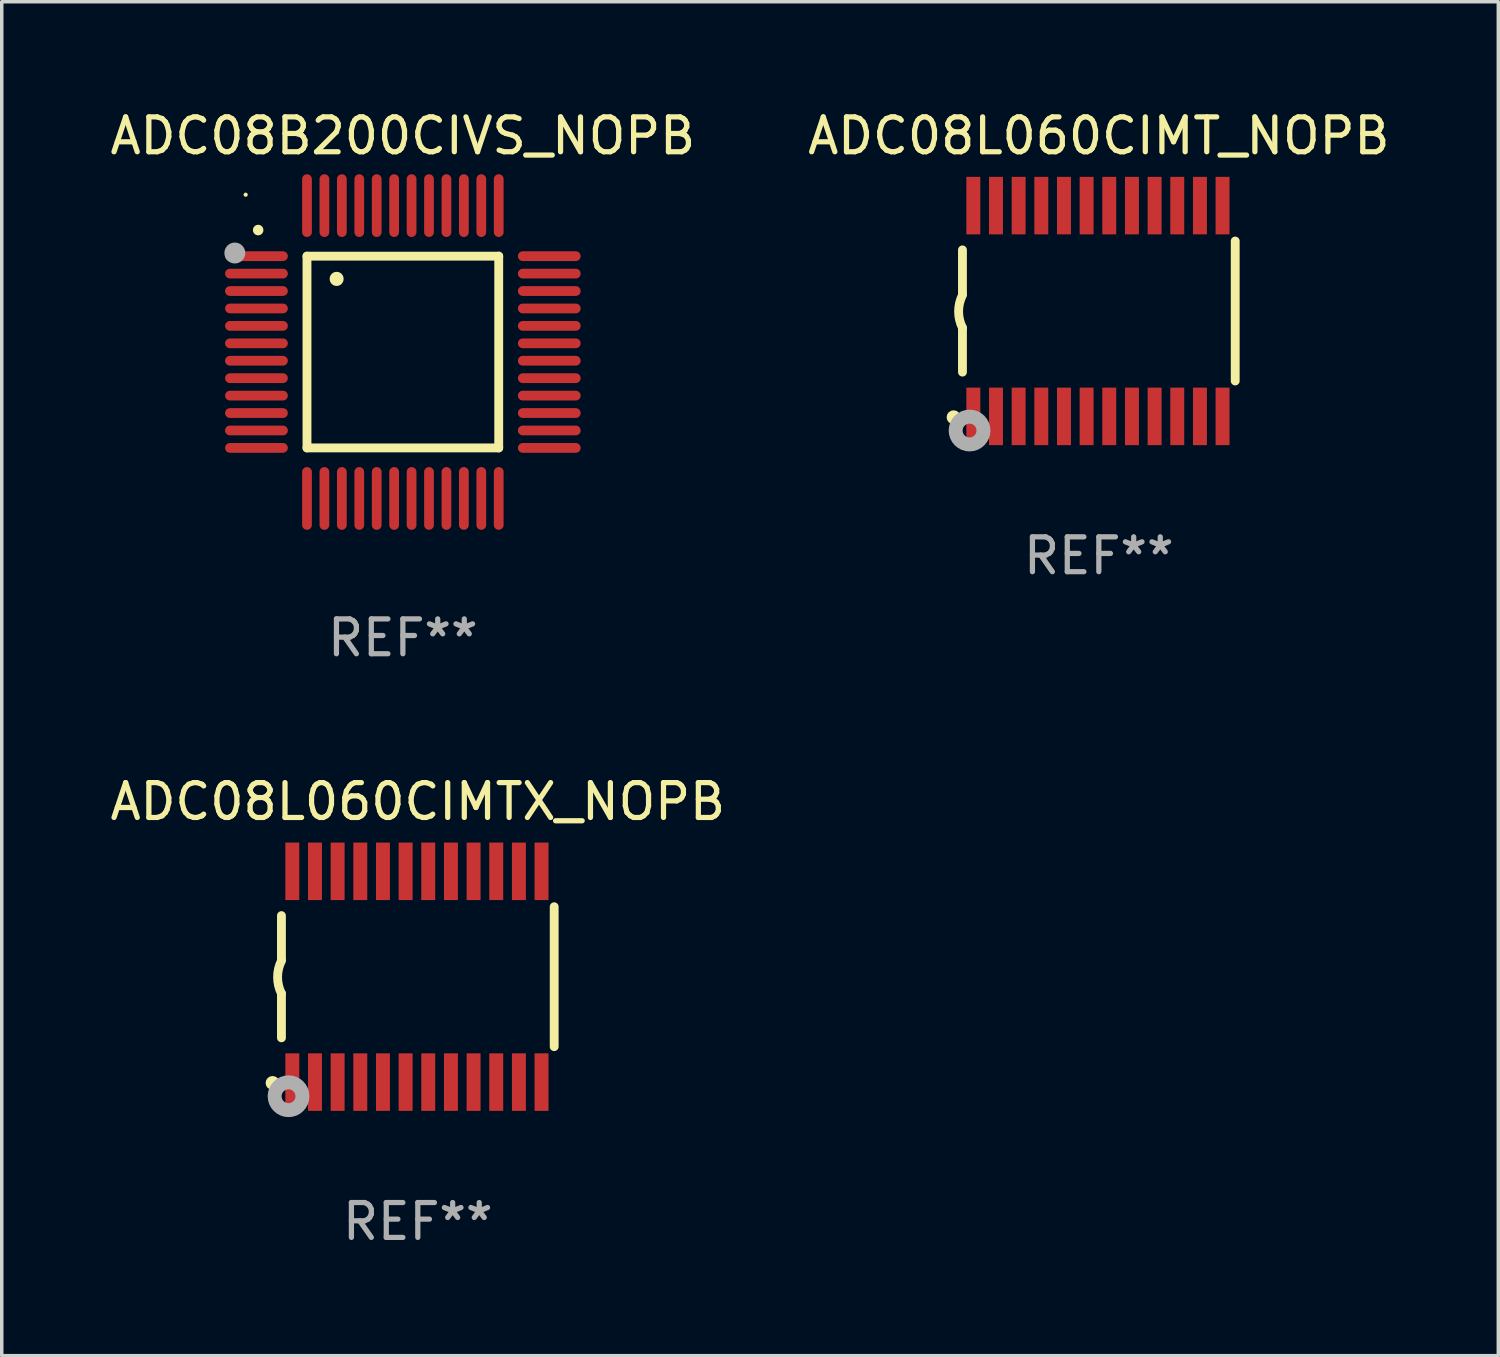
<source format=kicad_pcb>
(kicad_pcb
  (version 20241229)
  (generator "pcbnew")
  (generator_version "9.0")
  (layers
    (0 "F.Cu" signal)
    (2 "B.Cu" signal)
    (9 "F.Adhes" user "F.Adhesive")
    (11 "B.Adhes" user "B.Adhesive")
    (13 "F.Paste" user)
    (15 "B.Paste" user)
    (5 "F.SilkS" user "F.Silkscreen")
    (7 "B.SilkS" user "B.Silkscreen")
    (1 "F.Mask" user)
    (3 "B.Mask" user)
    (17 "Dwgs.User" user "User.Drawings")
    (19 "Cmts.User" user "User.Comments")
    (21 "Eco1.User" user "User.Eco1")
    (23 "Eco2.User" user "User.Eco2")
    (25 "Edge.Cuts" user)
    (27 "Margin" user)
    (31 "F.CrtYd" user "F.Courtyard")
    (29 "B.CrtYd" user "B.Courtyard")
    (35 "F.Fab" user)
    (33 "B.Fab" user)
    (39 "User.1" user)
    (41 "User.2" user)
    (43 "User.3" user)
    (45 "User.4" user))
  (footprint "ADC08L060CIMT_NOPB"
    (layer "F.Cu")
    (at 28.47 5.871)
    (property "Reference" "ADC08L060CIMT_NOPB" (at 0 -5.023 0) (layer "F.SilkS") (effects (font (size 1 1) (thickness 0.15))))
    (attr through_hole)
    (fp_line (start -3.912 -0.483) (end -3.912 -1.753) (stroke (width 0.254) (type solid)) (layer "F.SilkS"))
    (fp_line (start -3.912 1.753) (end -3.912 0.483) (stroke (width 0.254) (type solid)) (layer "F.SilkS"))
    (fp_line (start 3.912 -2.007) (end 3.912 2.007) (stroke (width 0.254) (type solid)) (layer "F.SilkS"))
    (fp_arc (start -3.911608 0.482601) (mid -4.022537 0.0127) (end -3.911608 -0.457201) (stroke (width 0.254001) (type solid)) (layer "F.SilkS"))
    (fp_circle (center -4.166 3.048) (end -4.066 3.048) (stroke (width 0.2) (type solid)) (fill no) (layer "F.SilkS"))
    (fp_circle (center -3.925 3.186) (end -3.895 3.186) (stroke (width 0.06) (type solid)) (fill no) (layer "F.SilkS"))
    (fp_circle (center -3.708 3.429) (end -3.509 3.429) (stroke (width 0.4) (type solid)) (fill no) (layer "F.Fab"))
    (fp_text user "REF**" (at 0 7.023 0) (layer "F.Fab") (effects (font (size 1 1) (thickness 0.15))))
    (pad "1" smd rect (at -3.6 3.023) (size 0.4 1.65) (layers "F.Cu" "F.Mask" "F.Paste"))
    (pad "2" smd rect (at -2.95 3.023) (size 0.4 1.65) (layers "F.Cu" "F.Mask" "F.Paste"))
    (pad "3" smd rect (at -2.3 3.023) (size 0.4 1.65) (layers "F.Cu" "F.Mask" "F.Paste"))
    (pad "4" smd rect (at -1.65 3.023) (size 0.4 1.65) (layers "F.Cu" "F.Mask" "F.Paste"))
    (pad "5" smd rect (at -1 3.023) (size 0.4 1.65) (layers "F.Cu" "F.Mask" "F.Paste"))
    (pad "6" smd rect (at -0.35 3.023) (size 0.4 1.65) (layers "F.Cu" "F.Mask" "F.Paste"))
    (pad "7" smd rect (at 0.299 3.023) (size 0.4 1.65) (layers "F.Cu" "F.Mask" "F.Paste"))
    (pad "8" smd rect (at 0.95 3.023) (size 0.4 1.65) (layers "F.Cu" "F.Mask" "F.Paste"))
    (pad "9" smd rect (at 1.6 3.023) (size 0.4 1.65) (layers "F.Cu" "F.Mask" "F.Paste"))
    (pad "10" smd rect (at 2.25 3.023) (size 0.4 1.65) (layers "F.Cu" "F.Mask" "F.Paste"))
    (pad "11" smd rect (at 2.9 3.023) (size 0.4 1.65) (layers "F.Cu" "F.Mask" "F.Paste"))
    (pad "12" smd rect (at 3.549 3.023) (size 0.4 1.65) (layers "F.Cu" "F.Mask" "F.Paste"))
    (pad "13" smd rect (at 3.549 -3.023) (size 0.4 1.65) (layers "F.Cu" "F.Mask" "F.Paste"))
    (pad "14" smd rect (at 2.9 -3.023) (size 0.4 1.65) (layers "F.Cu" "F.Mask" "F.Paste"))
    (pad "15" smd rect (at 2.25 -3.023) (size 0.4 1.65) (layers "F.Cu" "F.Mask" "F.Paste"))
    (pad "16" smd rect (at 1.6 -3.023) (size 0.4 1.65) (layers "F.Cu" "F.Mask" "F.Paste"))
    (pad "17" smd rect (at 0.95 -3.023) (size 0.4 1.65) (layers "F.Cu" "F.Mask" "F.Paste"))
    (pad "18" smd rect (at 0.299 -3.023) (size 0.4 1.65) (layers "F.Cu" "F.Mask" "F.Paste"))
    (pad "19" smd rect (at -0.35 -3.023) (size 0.4 1.65) (layers "F.Cu" "F.Mask" "F.Paste"))
    (pad "20" smd rect (at -1 -3.023) (size 0.4 1.65) (layers "F.Cu" "F.Mask" "F.Paste"))
    (pad "21" smd rect (at -1.65 -3.023) (size 0.4 1.65) (layers "F.Cu" "F.Mask" "F.Paste"))
    (pad "22" smd rect (at -2.3 -3.023) (size 0.4 1.65) (layers "F.Cu" "F.Mask" "F.Paste"))
    (pad "23" smd rect (at -2.95 -3.023) (size 0.4 1.65) (layers "F.Cu" "F.Mask" "F.Paste"))
    (pad "24" smd rect (at -3.6 -3.023) (size 0.4 1.65) (layers "F.Cu" "F.Mask" "F.Paste")))
  (footprint "ADC08L060CIMTX_NOPB"
    (layer "F.Cu")
    (at 8.935 24.967)
    (property "Reference" "ADC08L060CIMTX_NOPB" (at 0 -5.023 0) (layer "F.SilkS") (effects (font (size 1 1) (thickness 0.15))))
    (attr through_hole)
    (fp_line (start -3.912 -0.483) (end -3.912 -1.753) (stroke (width 0.254) (type solid)) (layer "F.SilkS"))
    (fp_line (start -3.912 1.753) (end -3.912 0.483) (stroke (width 0.254) (type solid)) (layer "F.SilkS"))
    (fp_line (start 3.912 -2.007) (end 3.912 2.007) (stroke (width 0.254) (type solid)) (layer "F.SilkS"))
    (fp_arc (start -3.911608 0.482601) (mid -4.022537 0.0127) (end -3.911608 -0.457201) (stroke (width 0.254001) (type solid)) (layer "F.SilkS"))
    (fp_circle (center -4.166 3.048) (end -4.066 3.048) (stroke (width 0.2) (type solid)) (fill no) (layer "F.SilkS"))
    (fp_circle (center -3.925 3.186) (end -3.895 3.186) (stroke (width 0.06) (type solid)) (fill no) (layer "F.SilkS"))
    (fp_circle (center -3.708 3.429) (end -3.509 3.429) (stroke (width 0.4) (type solid)) (fill no) (layer "F.Fab"))
    (fp_text user "REF**" (at 0 7.023 0) (layer "F.Fab") (effects (font (size 1 1) (thickness 0.15))))
    (pad "1" smd rect (at -3.6 3.023) (size 0.4 1.65) (layers "F.Cu" "F.Mask" "F.Paste"))
    (pad "2" smd rect (at -2.95 3.023) (size 0.4 1.65) (layers "F.Cu" "F.Mask" "F.Paste"))
    (pad "3" smd rect (at -2.3 3.023) (size 0.4 1.65) (layers "F.Cu" "F.Mask" "F.Paste"))
    (pad "4" smd rect (at -1.65 3.023) (size 0.4 1.65) (layers "F.Cu" "F.Mask" "F.Paste"))
    (pad "5" smd rect (at -1 3.023) (size 0.4 1.65) (layers "F.Cu" "F.Mask" "F.Paste"))
    (pad "6" smd rect (at -0.35 3.023) (size 0.4 1.65) (layers "F.Cu" "F.Mask" "F.Paste"))
    (pad "7" smd rect (at 0.299 3.023) (size 0.4 1.65) (layers "F.Cu" "F.Mask" "F.Paste"))
    (pad "8" smd rect (at 0.95 3.023) (size 0.4 1.65) (layers "F.Cu" "F.Mask" "F.Paste"))
    (pad "9" smd rect (at 1.6 3.023) (size 0.4 1.65) (layers "F.Cu" "F.Mask" "F.Paste"))
    (pad "10" smd rect (at 2.25 3.023) (size 0.4 1.65) (layers "F.Cu" "F.Mask" "F.Paste"))
    (pad "11" smd rect (at 2.9 3.023) (size 0.4 1.65) (layers "F.Cu" "F.Mask" "F.Paste"))
    (pad "12" smd rect (at 3.549 3.023) (size 0.4 1.65) (layers "F.Cu" "F.Mask" "F.Paste"))
    (pad "13" smd rect (at 3.549 -3.023) (size 0.4 1.65) (layers "F.Cu" "F.Mask" "F.Paste"))
    (pad "14" smd rect (at 2.9 -3.023) (size 0.4 1.65) (layers "F.Cu" "F.Mask" "F.Paste"))
    (pad "15" smd rect (at 2.25 -3.023) (size 0.4 1.65) (layers "F.Cu" "F.Mask" "F.Paste"))
    (pad "16" smd rect (at 1.6 -3.023) (size 0.4 1.65) (layers "F.Cu" "F.Mask" "F.Paste"))
    (pad "17" smd rect (at 0.95 -3.023) (size 0.4 1.65) (layers "F.Cu" "F.Mask" "F.Paste"))
    (pad "18" smd rect (at 0.299 -3.023) (size 0.4 1.65) (layers "F.Cu" "F.Mask" "F.Paste"))
    (pad "19" smd rect (at -0.35 -3.023) (size 0.4 1.65) (layers "F.Cu" "F.Mask" "F.Paste"))
    (pad "20" smd rect (at -1 -3.023) (size 0.4 1.65) (layers "F.Cu" "F.Mask" "F.Paste"))
    (pad "21" smd rect (at -1.65 -3.023) (size 0.4 1.65) (layers "F.Cu" "F.Mask" "F.Paste"))
    (pad "22" smd rect (at -2.3 -3.023) (size 0.4 1.65) (layers "F.Cu" "F.Mask" "F.Paste"))
    (pad "23" smd rect (at -2.95 -3.023) (size 0.4 1.65) (layers "F.Cu" "F.Mask" "F.Paste"))
    (pad "24" smd rect (at -3.6 -3.023) (size 0.4 1.65) (layers "F.Cu" "F.Mask" "F.Paste")))
  (footprint "ADC08B200CIVS_NOPB"
    (layer "F.Cu")
    (at 8.506 7.048)
    (property "Reference" "ADC08B200CIVS_NOPB" (at 0 -6.2 0) (layer "F.SilkS") (effects (font (size 1 1) (thickness 0.15))))
    (attr through_hole)
    (fp_line (start -2.75 -2.75) (end 2.75 -2.75) (stroke (width 0.254) (type solid)) (layer "F.SilkS"))
    (fp_line (start -2.75 2.75) (end -2.75 -2.75) (stroke (width 0.254) (type solid)) (layer "F.SilkS"))
    (fp_line (start 2.75 -2.75) (end 2.75 2.75) (stroke (width 0.254) (type solid)) (layer "F.SilkS"))
    (fp_line (start 2.75 2.75) (end -2.75 2.75) (stroke (width 0.254) (type solid)) (layer "F.SilkS"))
    (fp_arc (start -4.150368 -3.497587) (mid -4.150373 -3.498857) (end -4.150368 -3.500127) (stroke (width 0.3) (type solid)) (layer "F.SilkS"))
    (fp_arc (start -1.899924 -2.095504) (mid -1.89994 -2.098044) (end -1.899924 -2.100584) (stroke (width 0.4) (type solid)) (layer "F.SilkS"))
    (fp_circle (center -4.509 -4.513) (end -4.479 -4.513) (stroke (width 0.06) (type solid)) (fill no) (layer "F.SilkS"))
    (fp_circle (center -4.82 -2.84) (end -4.67 -2.84) (stroke (width 0.3) (type solid)) (fill no) (layer "F.Fab"))
    (fp_text user "REF**" (at 0 8.2 0) (layer "F.Fab") (effects (font (size 1 1) (thickness 0.15))))
    (pad "1" smd oval (at -4.2 -2.75 90) (size 0.28 1.8) (layers "F.Cu" "F.Mask" "F.Paste"))
    (pad "2" smd oval (at -4.2 -2.25 90) (size 0.28 1.8) (layers "F.Cu" "F.Mask" "F.Paste"))
    (pad "3" smd oval (at -4.2 -1.75 90) (size 0.28 1.8) (layers "F.Cu" "F.Mask" "F.Paste"))
    (pad "4" smd oval (at -4.2 -1.25 90) (size 0.28 1.8) (layers "F.Cu" "F.Mask" "F.Paste"))
    (pad "5" smd oval (at -4.2 -0.75 90) (size 0.28 1.8) (layers "F.Cu" "F.Mask" "F.Paste"))
    (pad "6" smd oval (at -4.2 -0.25 90) (size 0.28 1.8) (layers "F.Cu" "F.Mask" "F.Paste"))
    (pad "7" smd oval (at -4.2 0.25 90) (size 0.28 1.8) (layers "F.Cu" "F.Mask" "F.Paste"))
    (pad "8" smd oval (at -4.2 0.75 90) (size 0.28 1.8) (layers "F.Cu" "F.Mask" "F.Paste"))
    (pad "9" smd oval (at -4.2 1.25 90) (size 0.28 1.8) (layers "F.Cu" "F.Mask" "F.Paste"))
    (pad "10" smd oval (at -4.2 1.75 90) (size 0.28 1.8) (layers "F.Cu" "F.Mask" "F.Paste"))
    (pad "11" smd oval (at -4.2 2.25 90) (size 0.28 1.8) (layers "F.Cu" "F.Mask" "F.Paste"))
    (pad "12" smd oval (at -4.2 2.75 90) (size 0.28 1.8) (layers "F.Cu" "F.Mask" "F.Paste"))
    (pad "13" smd oval (at -2.75 4.2) (size 0.28 1.8) (layers "F.Cu" "F.Mask" "F.Paste"))
    (pad "14" smd oval (at -2.25 4.2) (size 0.28 1.8) (layers "F.Cu" "F.Mask" "F.Paste"))
    (pad "15" smd oval (at -1.75 4.2) (size 0.28 1.8) (layers "F.Cu" "F.Mask" "F.Paste"))
    (pad "16" smd oval (at -1.25 4.2) (size 0.28 1.8) (layers "F.Cu" "F.Mask" "F.Paste"))
    (pad "17" smd oval (at -0.75 4.2) (size 0.28 1.8) (layers "F.Cu" "F.Mask" "F.Paste"))
    (pad "18" smd oval (at -0.25 4.2) (size 0.28 1.8) (layers "F.Cu" "F.Mask" "F.Paste"))
    (pad "19" smd oval (at 0.25 4.2) (size 0.28 1.8) (layers "F.Cu" "F.Mask" "F.Paste"))
    (pad "20" smd oval (at 0.75 4.2) (size 0.28 1.8) (layers "F.Cu" "F.Mask" "F.Paste"))
    (pad "21" smd oval (at 1.25 4.2) (size 0.28 1.8) (layers "F.Cu" "F.Mask" "F.Paste"))
    (pad "22" smd oval (at 1.75 4.2) (size 0.28 1.8) (layers "F.Cu" "F.Mask" "F.Paste"))
    (pad "23" smd oval (at 2.25 4.2) (size 0.28 1.8) (layers "F.Cu" "F.Mask" "F.Paste"))
    (pad "24" smd oval (at 2.75 4.2) (size 0.28 1.8) (layers "F.Cu" "F.Mask" "F.Paste"))
    (pad "25" smd oval (at 4.2 2.75 90) (size 0.28 1.8) (layers "F.Cu" "F.Mask" "F.Paste"))
    (pad "26" smd oval (at 4.2 2.25 90) (size 0.28 1.8) (layers "F.Cu" "F.Mask" "F.Paste"))
    (pad "27" smd oval (at 4.2 1.75 90) (size 0.28 1.8) (layers "F.Cu" "F.Mask" "F.Paste"))
    (pad "28" smd oval (at 4.2 1.25 90) (size 0.28 1.8) (layers "F.Cu" "F.Mask" "F.Paste"))
    (pad "29" smd oval (at 4.2 0.75 90) (size 0.28 1.8) (layers "F.Cu" "F.Mask" "F.Paste"))
    (pad "30" smd oval (at 4.2 0.25 90) (size 0.28 1.8) (layers "F.Cu" "F.Mask" "F.Paste"))
    (pad "31" smd oval (at 4.2 -0.25 90) (size 0.28 1.8) (layers "F.Cu" "F.Mask" "F.Paste"))
    (pad "32" smd oval (at 4.2 -0.75 90) (size 0.28 1.8) (layers "F.Cu" "F.Mask" "F.Paste"))
    (pad "33" smd oval (at 4.2 -1.25 90) (size 0.28 1.8) (layers "F.Cu" "F.Mask" "F.Paste"))
    (pad "34" smd oval (at 4.2 -1.75 90) (size 0.28 1.8) (layers "F.Cu" "F.Mask" "F.Paste"))
    (pad "35" smd oval (at 4.2 -2.25 90) (size 0.28 1.8) (layers "F.Cu" "F.Mask" "F.Paste"))
    (pad "36" smd oval (at 4.2 -2.75 90) (size 0.28 1.8) (layers "F.Cu" "F.Mask" "F.Paste"))
    (pad "37" smd oval (at 2.75 -4.2) (size 0.28 1.8) (layers "F.Cu" "F.Mask" "F.Paste"))
    (pad "38" smd oval (at 2.25 -4.2) (size 0.28 1.8) (layers "F.Cu" "F.Mask" "F.Paste"))
    (pad "39" smd oval (at 1.75 -4.2) (size 0.28 1.8) (layers "F.Cu" "F.Mask" "F.Paste"))
    (pad "40" smd oval (at 1.25 -4.2) (size 0.28 1.8) (layers "F.Cu" "F.Mask" "F.Paste"))
    (pad "41" smd oval (at 0.75 -4.2) (size 0.28 1.8) (layers "F.Cu" "F.Mask" "F.Paste"))
    (pad "42" smd oval (at 0.25 -4.2) (size 0.28 1.8) (layers "F.Cu" "F.Mask" "F.Paste"))
    (pad "43" smd oval (at -0.25 -4.2) (size 0.28 1.8) (layers "F.Cu" "F.Mask" "F.Paste"))
    (pad "44" smd oval (at -0.75 -4.2) (size 0.28 1.8) (layers "F.Cu" "F.Mask" "F.Paste"))
    (pad "45" smd oval (at -1.25 -4.2) (size 0.28 1.8) (layers "F.Cu" "F.Mask" "F.Paste"))
    (pad "46" smd oval (at -1.75 -4.2) (size 0.28 1.8) (layers "F.Cu" "F.Mask" "F.Paste"))
    (pad "47" smd oval (at -2.25 -4.2) (size 0.28 1.8) (layers "F.Cu" "F.Mask" "F.Paste"))
    (pad "48" smd oval (at -2.75 -4.2) (size 0.28 1.8) (layers "F.Cu" "F.Mask" "F.Paste")))
  (gr_rect
    (start -3 -3)
    (end 39.929 35.838)
    (stroke (width 0.1) (type default))
    (fill no)
    (layer "Edge.Cuts")))
</source>
